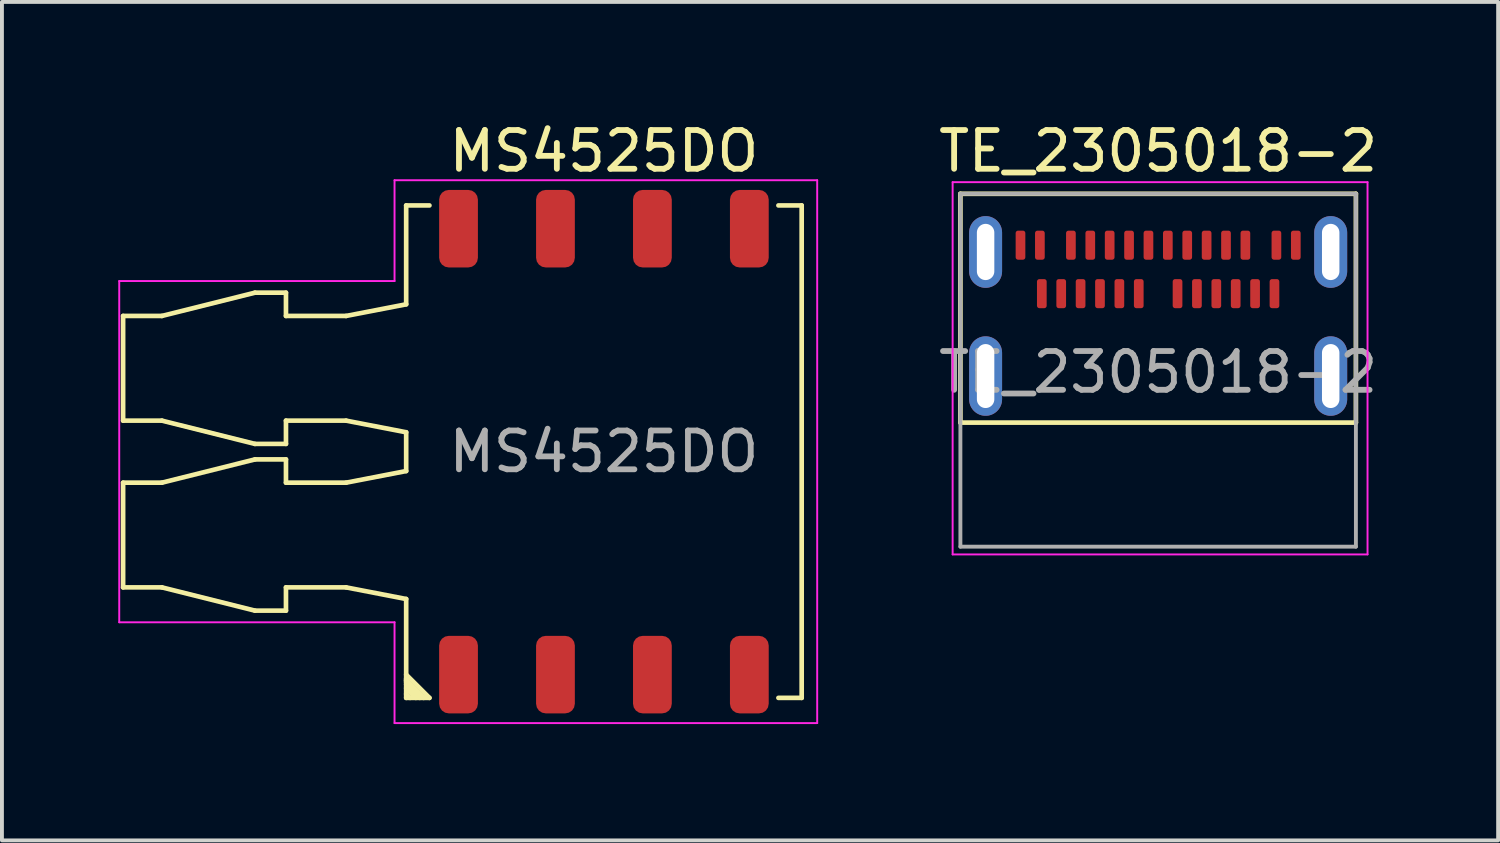
<source format=kicad_pcb>
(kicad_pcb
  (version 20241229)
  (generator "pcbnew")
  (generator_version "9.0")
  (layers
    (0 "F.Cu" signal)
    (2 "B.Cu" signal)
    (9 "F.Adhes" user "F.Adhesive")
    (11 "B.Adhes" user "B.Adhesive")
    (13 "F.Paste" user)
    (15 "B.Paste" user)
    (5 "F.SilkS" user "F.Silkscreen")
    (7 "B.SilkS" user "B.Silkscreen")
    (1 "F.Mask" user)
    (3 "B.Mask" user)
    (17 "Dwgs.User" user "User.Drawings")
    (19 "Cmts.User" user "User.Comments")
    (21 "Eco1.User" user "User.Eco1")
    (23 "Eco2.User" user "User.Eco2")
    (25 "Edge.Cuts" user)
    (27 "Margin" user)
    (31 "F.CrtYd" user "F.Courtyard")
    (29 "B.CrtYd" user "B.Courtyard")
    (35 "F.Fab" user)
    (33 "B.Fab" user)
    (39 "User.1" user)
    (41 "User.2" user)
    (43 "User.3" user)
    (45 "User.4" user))
  (footprint "MS4525DO"
    (layer "F.Cu")
    (at 12.525 8.598)
    (property "Reference" "MS4525DO" (at 0 -7.75 0) (unlocked yes) (layer "F.SilkS") (effects (font (size 1 1) (thickness 0.15))))
    (attr smd)
    (fp_line (start -12.4 -3.5) (end -12.4 -0.8) (stroke (width 0.12) (type solid)) (layer "F.SilkS"))
    (fp_line (start -12.4 0.8) (end -12.4 3.5) (stroke (width 0.12) (type solid)) (layer "F.SilkS"))
    (fp_line (start -11.4 -3.5) (end -12.4 -3.5) (stroke (width 0.12) (type solid)) (layer "F.SilkS"))
    (fp_line (start -11.4 -0.8) (end -12.4 -0.8) (stroke (width 0.12) (type solid)) (layer "F.SilkS"))
    (fp_line (start -11.4 -0.8) (end -9 -0.2) (stroke (width 0.12) (type solid)) (layer "F.SilkS"))
    (fp_line (start -11.4 0.8) (end -12.4 0.8) (stroke (width 0.12) (type solid)) (layer "F.SilkS"))
    (fp_line (start -11.4 3.5) (end -12.4 3.5) (stroke (width 0.12) (type solid)) (layer "F.SilkS"))
    (fp_line (start -11.4 3.5) (end -9 4.1) (stroke (width 0.12) (type solid)) (layer "F.SilkS"))
    (fp_line (start -9 -4.1) (end -11.4 -3.5) (stroke (width 0.12) (type solid)) (layer "F.SilkS"))
    (fp_line (start -9 -4.1) (end -8.2 -4.1) (stroke (width 0.12) (type solid)) (layer "F.SilkS"))
    (fp_line (start -9 -0.2) (end -8.2 -0.2) (stroke (width 0.12) (type solid)) (layer "F.SilkS"))
    (fp_line (start -9 0.2) (end -11.4 0.8) (stroke (width 0.12) (type solid)) (layer "F.SilkS"))
    (fp_line (start -9 0.2) (end -8.2 0.2) (stroke (width 0.12) (type solid)) (layer "F.SilkS"))
    (fp_line (start -9 4.1) (end -8.2 4.1) (stroke (width 0.12) (type solid)) (layer "F.SilkS"))
    (fp_line (start -8.2 -4.1) (end -8.2 -3.5) (stroke (width 0.12) (type solid)) (layer "F.SilkS"))
    (fp_line (start -8.2 -3.5) (end -6.65 -3.5) (stroke (width 0.12) (type solid)) (layer "F.SilkS"))
    (fp_line (start -8.2 -0.8) (end -6.65 -0.8) (stroke (width 0.12) (type solid)) (layer "F.SilkS"))
    (fp_line (start -8.2 -0.2) (end -8.2 -0.8) (stroke (width 0.12) (type solid)) (layer "F.SilkS"))
    (fp_line (start -8.2 0.2) (end -8.2 0.8) (stroke (width 0.12) (type solid)) (layer "F.SilkS"))
    (fp_line (start -8.2 0.8) (end -6.65 0.8) (stroke (width 0.12) (type solid)) (layer "F.SilkS"))
    (fp_line (start -8.2 3.5) (end -6.65 3.5) (stroke (width 0.12) (type solid)) (layer "F.SilkS"))
    (fp_line (start -8.2 4.1) (end -8.2 3.5) (stroke (width 0.12) (type solid)) (layer "F.SilkS"))
    (fp_line (start -6.65 -3.5) (end -5.1 -3.8) (stroke (width 0.12) (type solid)) (layer "F.SilkS"))
    (fp_line (start -6.65 -0.8) (end -5.1 -0.5) (stroke (width 0.12) (type solid)) (layer "F.SilkS"))
    (fp_line (start -6.65 0.8) (end -5.1 0.5) (stroke (width 0.12) (type solid)) (layer "F.SilkS"))
    (fp_line (start -6.65 3.5) (end -5.1 3.8) (stroke (width 0.12) (type solid)) (layer "F.SilkS"))
    (fp_line (start -5.1 -6.35) (end -5.1 -3.8) (stroke (width 0.12) (type solid)) (layer "F.SilkS"))
    (fp_line (start -5.1 -0.5) (end -5.1 0.5) (stroke (width 0.12) (type solid)) (layer "F.SilkS"))
    (fp_line (start -5.1 3.8) (end -5.1 6.35) (stroke (width 0.12) (type solid)) (layer "F.SilkS"))
    (fp_line (start -5.1 5.85) (end -5.1 5.95) (stroke (width 0.12) (type solid)) (layer "F.SilkS"))
    (fp_line (start -5.1 5.9) (end -4.65 6.35) (stroke (width 0.12) (type solid)) (layer "F.SilkS"))
    (fp_line (start -5.1 6) (end -4.75 6.35) (stroke (width 0.12) (type solid)) (layer "F.SilkS"))
    (fp_line (start -5.1 6.1) (end -4.85 6.35) (stroke (width 0.12) (type solid)) (layer "F.SilkS"))
    (fp_line (start -5.1 6.25) (end -5 6.35) (stroke (width 0.12) (type solid)) (layer "F.SilkS"))
    (fp_line (start -5.1 6.35) (end -4.5 6.35) (stroke (width 0.12) (type solid)) (layer "F.SilkS"))
    (fp_line (start -4.5 -6.35) (end -5.1 -6.35) (stroke (width 0.12) (type solid)) (layer "F.SilkS"))
    (fp_line (start -4.5 6.35) (end -5.1 5.75) (stroke (width 0.12) (type solid)) (layer "F.SilkS"))
    (fp_line (start 4.5 6.35) (end 5.1 6.35) (stroke (width 0.12) (type solid)) (layer "F.SilkS"))
    (fp_line (start 5.1 -6.35) (end 4.5 -6.35) (stroke (width 0.12) (type solid)) (layer "F.SilkS"))
    (fp_line (start 5.1 6.35) (end 5.1 -6.35) (stroke (width 0.12) (type solid)) (layer "F.SilkS"))
    (fp_line (start -12.5 -4.4) (end -12.5 4.4) (stroke (width 0.05) (type default)) (layer "F.CrtYd"))
    (fp_line (start -12.5 -4.4) (end -5.4 -4.4) (stroke (width 0.05) (type solid)) (layer "F.CrtYd"))
    (fp_line (start -12.5 4.4) (end -5.4 4.4) (stroke (width 0.05) (type solid)) (layer "F.CrtYd"))
    (fp_line (start -5.4 -4.4) (end -5.4 -7) (stroke (width 0.05) (type solid)) (layer "F.CrtYd"))
    (fp_line (start -5.4 4.4) (end -5.4 7) (stroke (width 0.05) (type solid)) (layer "F.CrtYd"))
    (fp_line (start -5.4 7) (end 5.5 7) (stroke (width 0.05) (type default)) (layer "F.CrtYd"))
    (fp_line (start 5.5 -7) (end -5.4 -7) (stroke (width 0.05) (type default)) (layer "F.CrtYd"))
    (fp_line (start 5.5 7) (end 5.5 -7) (stroke (width 0.05) (type default)) (layer "F.CrtYd"))
    (fp_text user "${REFERENCE}" (at 0 0 0) (unlocked yes) (layer "F.Fab") (effects (font (size 1 1) (thickness 0.15))))
    (pad "1" smd roundrect (at -3.75 5.75) (size 1 2) (layers "F.Cu" "F.Mask" "F.Paste") (roundrect_rratio 0.25))
    (pad "2" smd roundrect (at -1.25 5.75) (size 1 2) (layers "F.Cu" "F.Mask" "F.Paste") (roundrect_rratio 0.25))
    (pad "3" smd roundrect (at 1.25 5.75) (size 1 2) (layers "F.Cu" "F.Mask" "F.Paste") (roundrect_rratio 0.25))
    (pad "4" smd roundrect (at 3.75 5.75) (size 1 2) (layers "F.Cu" "F.Mask" "F.Paste") (roundrect_rratio 0.25))
    (pad "5" smd roundrect (at 3.75 -5.75) (size 1 2) (layers "F.Cu" "F.Mask" "F.Paste") (roundrect_rratio 0.25))
    (pad "6" smd roundrect (at 1.25 -5.75) (size 1 2) (layers "F.Cu" "F.Mask" "F.Paste") (roundrect_rratio 0.25))
    (pad "7" smd roundrect (at -1.25 -5.75) (size 1 2) (layers "F.Cu" "F.Mask" "F.Paste") (roundrect_rratio 0.25))
    (pad "8" smd roundrect (at -3.75 -5.75) (size 1 2) (layers "F.Cu" "F.Mask" "F.Paste") (roundrect_rratio 0.25)))
  (footprint "TE_2305018-2"
    (layer "F.Cu")
    (at 26.818 8.048)
    (property "Reference" "TE_2305018-2" (at 0 -7.2 0) (unlocked yes) (layer "F.SilkS") (effects (font (size 1 1) (thickness 0.15))))
    (attr smd)
    (fp_line (start -5.1 -6.1) (end -5.1 -0.2) (stroke (width 0.12) (type solid)) (layer "F.SilkS"))
    (fp_line (start -5.1 -6.1) (end 5.1 -6.1) (stroke (width 0.12) (type solid)) (layer "F.SilkS"))
    (fp_line (start -5.1 -0.2) (end 5.1 -0.2) (stroke (width 0.12) (type solid)) (layer "F.SilkS"))
    (fp_line (start 5.1 -6.1) (end 5.1 -0.2) (stroke (width 0.12) (type solid)) (layer "F.SilkS"))
    (fp_line (start -5.3 -6.4) (end 5.4 -6.4) (stroke (width 0.05) (type solid)) (layer "F.CrtYd"))
    (fp_line (start -5.3 3.2) (end -5.3 -6.4) (stroke (width 0.05) (type solid)) (layer "F.CrtYd"))
    (fp_line (start 5.4 -6.4) (end 5.4 3.2) (stroke (width 0.05) (type solid)) (layer "F.CrtYd"))
    (fp_line (start 5.4 3.2) (end -5.3 3.2) (stroke (width 0.05) (type solid)) (layer "F.CrtYd"))
    (fp_line (start -5.1 -6.1) (end 5.1 -6.1) (stroke (width 0.1) (type solid)) (layer "F.Fab"))
    (fp_line (start -5.1 3) (end -5.1 -6.1) (stroke (width 0.1) (type solid)) (layer "F.Fab"))
    (fp_line (start -5.1 3) (end 5.1 3) (stroke (width 0.1) (type solid)) (layer "F.Fab"))
    (fp_line (start 5.1 3) (end 5.1 -6.1) (stroke (width 0.1) (type solid)) (layer "F.Fab"))
    (fp_text user "${REFERENCE}" (at 0 -1.5 0) (unlocked yes) (layer "F.Fab") (effects (font (size 1 1) (thickness 0.15))))
    (pad "A1" smd roundrect (at -3.05 -4.775 180) (size 0.25 0.75) (layers "F.Cu" "F.Mask" "F.Paste") (roundrect_rratio 0.25))
    (pad "A2" smd roundrect (at -2.25 -4.775 180) (size 0.25 0.75) (layers "F.Cu" "F.Mask" "F.Paste") (roundrect_rratio 0.25))
    (pad "A3" smd roundrect (at -1.75 -4.775 180) (size 0.25 0.75) (layers "F.Cu" "F.Mask" "F.Paste") (roundrect_rratio 0.25))
    (pad "A4" smd roundrect (at -1.25 -4.775 180) (size 0.25 0.75) (layers "F.Cu" "F.Mask" "F.Paste") (roundrect_rratio 0.25))
    (pad "A5" smd roundrect (at -0.75 -4.775 180) (size 0.25 0.75) (layers "F.Cu" "F.Mask" "F.Paste") (roundrect_rratio 0.25))
    (pad "A6" smd roundrect (at -0.25 -4.775 180) (size 0.25 0.75) (layers "F.Cu" "F.Mask" "F.Paste") (roundrect_rratio 0.25))
    (pad "A7" smd roundrect (at 0.25 -4.775 180) (size 0.25 0.75) (layers "F.Cu" "F.Mask" "F.Paste") (roundrect_rratio 0.25))
    (pad "A8" smd roundrect (at 0.75 -4.775 180) (size 0.25 0.75) (layers "F.Cu" "F.Mask" "F.Paste") (roundrect_rratio 0.25))
    (pad "A9" smd roundrect (at 1.25 -4.775 180) (size 0.25 0.75) (layers "F.Cu" "F.Mask" "F.Paste") (roundrect_rratio 0.25))
    (pad "A10" smd roundrect (at 1.75 -4.775 180) (size 0.25 0.75) (layers "F.Cu" "F.Mask" "F.Paste") (roundrect_rratio 0.25))
    (pad "A11" smd roundrect (at 2.25 -4.775 180) (size 0.25 0.75) (layers "F.Cu" "F.Mask" "F.Paste") (roundrect_rratio 0.25))
    (pad "A12" smd roundrect (at 3.05 -4.775 180) (size 0.25 0.75) (layers "F.Cu" "F.Mask" "F.Paste") (roundrect_rratio 0.25))
    (pad "B1" smd roundrect (at 3 -3.525) (size 0.25 0.75) (layers "F.Cu" "F.Mask" "F.Paste") (roundrect_rratio 0.25))
    (pad "B2" smd roundrect (at 2.5 -3.525) (size 0.25 0.75) (layers "F.Cu" "F.Mask" "F.Paste") (roundrect_rratio 0.25))
    (pad "B3" smd roundrect (at 2 -3.525) (size 0.25 0.75) (layers "F.Cu" "F.Mask" "F.Paste") (roundrect_rratio 0.25))
    (pad "B4" smd roundrect (at 1.5 -3.525) (size 0.25 0.75) (layers "F.Cu" "F.Mask" "F.Paste") (roundrect_rratio 0.25))
    (pad "B5" smd roundrect (at 1 -3.525) (size 0.25 0.75) (layers "F.Cu" "F.Mask" "F.Paste") (roundrect_rratio 0.25))
    (pad "B6" smd roundrect (at 0.5 -3.525) (size 0.25 0.75) (layers "F.Cu" "F.Mask" "F.Paste") (roundrect_rratio 0.25))
    (pad "B7" smd roundrect (at -0.5 -3.525) (size 0.25 0.75) (layers "F.Cu" "F.Mask" "F.Paste") (roundrect_rratio 0.25))
    (pad "B8" smd roundrect (at -1 -3.525) (size 0.25 0.75) (layers "F.Cu" "F.Mask" "F.Paste") (roundrect_rratio 0.25))
    (pad "B9" smd roundrect (at -1.5 -3.525) (size 0.25 0.75) (layers "F.Cu" "F.Mask" "F.Paste") (roundrect_rratio 0.25))
    (pad "B10" smd roundrect (at -2 -3.525) (size 0.25 0.75) (layers "F.Cu" "F.Mask" "F.Paste") (roundrect_rratio 0.25))
    (pad "B11" smd roundrect (at -2.5 -3.525) (size 0.25 0.75) (layers "F.Cu" "F.Mask" "F.Paste") (roundrect_rratio 0.25))
    (pad "B12" smd roundrect (at -3 -3.525) (size 0.25 0.75) (layers "F.Cu" "F.Mask" "F.Paste") (roundrect_rratio 0.25))
    (pad "MID" smd roundrect (at -3.55 -4.775) (size 0.25 0.75) (layers "F.Cu" "F.Mask" "F.Paste") (roundrect_rratio 0.25))
    (pad "MID" smd roundrect (at 3.55 -4.775) (size 0.25 0.75) (layers "F.Cu" "F.Mask" "F.Paste") (roundrect_rratio 0.25))
    (pad "S1" thru_hole oval (at -4.45 -4.6) (size 0.85 1.85) (drill oval 0.45 1.45) (layers "*.Cu" "*.Mask") (remove_unused_layers yes) (keep_end_layers yes) (zone_layer_connections))
    (pad "S1" thru_hole oval (at -4.45 -1.4) (size 0.85 2.05) (drill oval 0.45 1.65) (layers "*.Cu" "*.Mask") (remove_unused_layers yes) (keep_end_layers yes) (zone_layer_connections))
    (pad "S1" thru_hole oval (at 4.45 -4.6) (size 0.85 1.85) (drill oval 0.45 1.45) (layers "*.Cu" "*.Mask") (remove_unused_layers yes) (keep_end_layers yes) (zone_layer_connections))
    (pad "S1" thru_hole oval (at 4.45 -1.4) (size 0.85 2.05) (drill oval 0.45 1.65) (layers "*.Cu" "*.Mask") (remove_unused_layers yes) (keep_end_layers yes) (zone_layer_connections)))
  (gr_rect
    (start -3 -3)
    (end 35.586 18.623)
    (stroke (width 0.1) (type default))
    (fill no)
    (layer "Edge.Cuts")))
</source>
